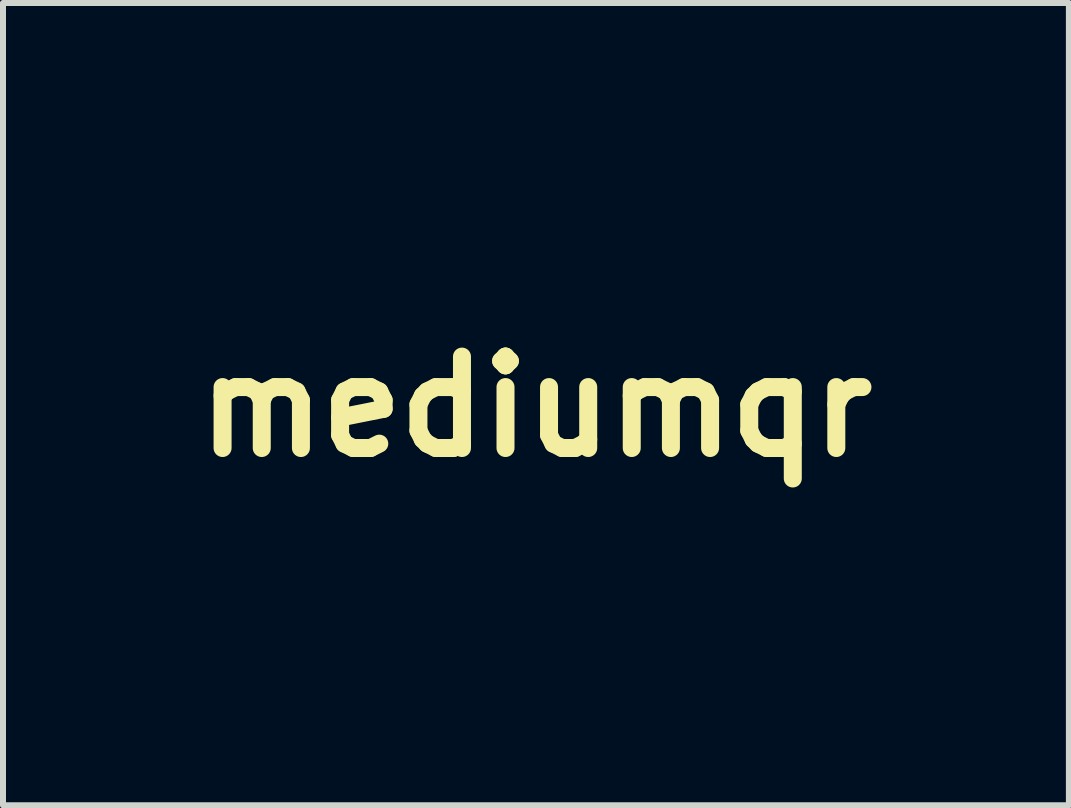
<source format=kicad_pcb>
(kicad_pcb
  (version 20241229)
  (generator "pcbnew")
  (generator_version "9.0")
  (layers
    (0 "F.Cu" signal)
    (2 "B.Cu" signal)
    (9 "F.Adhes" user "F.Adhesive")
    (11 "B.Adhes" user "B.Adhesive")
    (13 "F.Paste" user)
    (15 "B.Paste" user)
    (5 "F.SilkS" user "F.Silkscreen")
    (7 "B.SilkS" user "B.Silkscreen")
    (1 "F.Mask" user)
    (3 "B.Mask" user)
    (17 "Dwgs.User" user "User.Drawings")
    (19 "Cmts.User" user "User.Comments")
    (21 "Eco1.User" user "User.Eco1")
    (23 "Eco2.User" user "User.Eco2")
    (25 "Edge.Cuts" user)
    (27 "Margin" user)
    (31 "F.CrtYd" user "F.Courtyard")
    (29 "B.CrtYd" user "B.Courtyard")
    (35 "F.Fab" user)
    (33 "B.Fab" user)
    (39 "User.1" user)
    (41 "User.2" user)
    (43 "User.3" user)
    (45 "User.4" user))
  (footprint "mediumqr"
    (layer "F.Cu")
    (at 5.886 3.73)
    (property "Reference" "mediumqr" (at 0 0 0) (layer "F.SilkS") (effects (font (size 1.524 1.524) (thickness 0.3))))
    (attr through_hole)
    (fp_poly (pts (xy -2.455 -2.455) (xy -3.217 -2.455) (xy -3.217 -3.217) (xy -2.455 -3.217) (xy -2.455 -2.455)) (stroke (width 0.01) (type solid)) (fill no) (layer "Eco2.User"))
    (fp_poly (pts (xy -2.455 3.133) (xy -3.217 3.133) (xy -3.217 2.371) (xy -2.455 2.371) (xy -2.455 3.133)) (stroke (width 0.01) (type solid)) (fill no) (layer "Eco2.User"))
    (fp_poly (pts (xy 3.133 -2.455) (xy 2.371 -2.455) (xy 2.371 -3.217) (xy 3.133 -3.217) (xy 3.133 -2.455)) (stroke (width 0.01) (type solid)) (fill no) (layer "Eco2.User"))
    (fp_poly (pts (xy -1.962 1.422) (xy -1.947 1.482) (xy -2.015 1.594) (xy -2.074 1.609) (xy -2.187 1.541) (xy -2.201 1.482) (xy -2.134 1.369) (xy -2.074 1.355) (xy -1.962 1.422)) (stroke (width 0.01) (type solid)) (fill no) (layer "Eco2.User"))
    (fp_poly (pts (xy 0.324 -3.15) (xy 0.339 -3.09) (xy 0.271 -2.978) (xy 0.212 -2.963) (xy 0.099 -3.031) (xy 0.085 -3.09) (xy 0.152 -3.203) (xy 0.212 -3.217) (xy 0.324 -3.15)) (stroke (width 0.01) (type solid)) (fill no) (layer "Eco2.User"))
    (fp_poly (pts (xy 2.102 1.93) (xy 2.117 1.99) (xy 2.049 2.102) (xy 1.99 2.117) (xy 1.877 2.049) (xy 1.863 1.99) (xy 1.93 1.877) (xy 1.99 1.863) (xy 2.102 1.93)) (stroke (width 0.01) (type solid)) (fill no) (layer "Eco2.User"))
    (fp_poly (pts (xy -1.947 -1.947) (xy -3.725 -1.947) (xy -3.725 -3.471) (xy -3.471 -3.471) (xy -3.471 -2.201) (xy -2.201 -2.201) (xy -2.201 -3.471) (xy -3.471 -3.471) (xy -3.725 -3.471) (xy -3.725 -3.725) (xy -1.947 -3.725) (xy -1.947 -1.947)) (stroke (width 0.01) (type solid)) (fill no) (layer "Eco2.User"))
    (fp_poly (pts (xy -1.947 3.641) (xy -3.725 3.641) (xy -3.725 2.117) (xy -3.471 2.117) (xy -3.471 3.387) (xy -2.201 3.387) (xy -2.201 2.117) (xy -3.471 2.117) (xy -3.725 2.117) (xy -3.725 1.863) (xy -1.947 1.863) (xy -1.947 3.641)) (stroke (width 0.01) (type solid)) (fill no) (layer "Eco2.User"))
    (fp_poly (pts (xy 3.641 -1.947) (xy 1.863 -1.947) (xy 1.863 -3.471) (xy 2.117 -3.471) (xy 2.117 -2.201) (xy 3.387 -2.201) (xy 3.387 -3.471) (xy 2.117 -3.471) (xy 1.863 -3.471) (xy 1.863 -3.725) (xy 3.641 -3.725) (xy 3.641 -1.947)) (stroke (width 0.01) (type solid)) (fill no) (layer "Eco2.User"))
    (fp_poly (pts (xy -1.483 2.929) (xy -1.444 3.098) (xy -1.439 3.26) (xy -1.456 3.511) (xy -1.512 3.625) (xy -1.566 3.641) (xy -1.65 3.591) (xy -1.688 3.421) (xy -1.693 3.26) (xy -1.677 3.009) (xy -1.62 2.894) (xy -1.566 2.879) (xy -1.483 2.929)) (stroke (width 0.01) (type solid)) (fill no) (layer "Eco2.User"))
    (fp_poly (pts (xy 0.07 -3.658) (xy 0.085 -3.598) (xy 0.017 -3.486) (xy -0.042 -3.471) (xy -0.155 -3.404) (xy -0.169 -3.344) (xy -0.237 -3.232) (xy -0.296 -3.217) (xy -0.409 -3.285) (xy -0.423 -3.344) (xy -0.356 -3.457) (xy -0.296 -3.471) (xy -0.184 -3.539) (xy -0.169 -3.598) (xy -0.102 -3.711) (xy -0.042 -3.725) (xy 0.07 -3.658)) (stroke (width 0.01) (type solid)) (fill no) (layer "Eco2.User"))
    (fp_poly (pts (xy -1.962 -0.61) (xy -1.947 -0.55) (xy -1.88 -0.438) (xy -1.82 -0.423) (xy -1.708 -0.356) (xy -1.693 -0.296) (xy -1.761 -0.184) (xy -1.82 -0.169) (xy -1.933 -0.102) (xy -1.947 -0.042) (xy -2.015 0.07) (xy -2.074 0.085) (xy -2.187 0.017) (xy -2.201 -0.042) (xy -2.134 -0.155) (xy -2.074 -0.169) (xy -1.962 -0.237) (xy -1.947 -0.296) (xy -2.015 -0.409) (xy -2.074 -0.423) (xy -2.187 -0.491) (xy -2.201 -0.55) (xy -2.134 -0.663) (xy -2.074 -0.677) (xy -1.962 -0.61)) (stroke (width 0.01) (type solid)) (fill no) (layer "Eco2.User"))
    (fp_poly (pts (xy -0.704 1.43) (xy -0.677 1.609) (xy -0.715 1.81) (xy -0.804 1.863) (xy -0.917 1.93) (xy -0.931 1.99) (xy -0.864 2.102) (xy -0.804 2.117) (xy -0.692 2.184) (xy -0.677 2.244) (xy -0.61 2.356) (xy -0.55 2.371) (xy -0.438 2.438) (xy -0.423 2.498) (xy -0.356 2.61) (xy -0.296 2.625) (xy -0.184 2.692) (xy -0.169 2.752) (xy -0.237 2.864) (xy -0.296 2.879) (xy -0.409 2.946) (xy -0.423 3.006) (xy -0.356 3.118) (xy -0.296 3.133) (xy -0.184 3.065) (xy -0.169 3.006) (xy -0.102 2.893) (xy -0.042 2.879) (xy 0.07 2.946) (xy 0.085 3.006) (xy 0.152 3.118) (xy 0.212 3.133) (xy 0.324 3.2) (xy 0.339 3.26) (xy 0.271 3.372) (xy 0.212 3.387) (xy 0.099 3.454) (xy 0.085 3.514) (xy 0.017 3.626) (xy -0.042 3.641) (xy -0.155 3.573) (xy -0.169 3.514) (xy -0.245 3.413) (xy -0.423 3.387) (xy -0.625 3.425) (xy -0.677 3.514) (xy -0.745 3.626) (xy -0.804 3.641) (xy -0.917 3.573) (xy -0.931 3.514) (xy -0.999 3.401) (xy -1.058 3.387) (xy -1.159 3.311) (xy -1.167 3.26) (xy -0.931 3.26) (xy -0.864 3.372) (xy -0.804 3.387) (xy -0.692 3.319) (xy -0.677 3.26) (xy -0.745 3.147) (xy -0.804 3.133) (xy -0.917 3.2) (xy -0.931 3.26) (xy -1.167 3.26) (xy -1.185 3.133) (xy -1.147 2.931) (xy -1.058 2.879) (xy -0.946 2.811) (xy -0.931 2.752) (xy -0.864 2.639) (xy -0.804 2.625) (xy -0.692 2.557) (xy -0.677 2.498) (xy -0.753 2.397) (xy -0.931 2.371) (xy -1.133 2.409) (xy -1.185 2.498) (xy -1.261 2.598) (xy -1.439 2.625) (xy -1.693 2.625) (xy -1.693 2.117) (xy -1.684 1.822) (xy -1.649 1.663) (xy -1.582 1.61) (xy -1.566 1.609) (xy -1.466 1.684) (xy -1.439 1.863) (xy -1.401 2.064) (xy -1.312 2.117) (xy -1.2 2.049) (xy -1.185 1.99) (xy -1.118 1.877) (xy -1.058 1.863) (xy -0.958 1.787) (xy -0.931 1.609) (xy -0.893 1.407) (xy -0.804 1.355) (xy -0.704 1.43)) (stroke (width 0.01) (type solid)) (fill no) (layer "Eco2.User"))
    (fp_poly (pts (xy 3.118 -1.626) (xy 3.133 -1.566) (xy 3.065 -1.454) (xy 3.006 -1.439) (xy 2.893 -1.372) (xy 2.879 -1.312) (xy 2.954 -1.212) (xy 3.133 -1.185) (xy 3.334 -1.223) (xy 3.387 -1.312) (xy 3.454 -1.425) (xy 3.514 -1.439) (xy 3.614 -1.364) (xy 3.641 -1.185) (xy 3.603 -0.984) (xy 3.514 -0.931) (xy 3.401 -0.864) (xy 3.387 -0.804) (xy 3.454 -0.692) (xy 3.514 -0.677) (xy 3.597 -0.627) (xy 3.636 -0.458) (xy 3.641 -0.296) (xy 3.624 -0.045) (xy 3.568 0.069) (xy 3.514 0.085) (xy 3.401 0.152) (xy 3.387 0.212) (xy 3.454 0.324) (xy 3.514 0.339) (xy 3.597 0.389) (xy 3.636 0.558) (xy 3.641 0.72) (xy 3.624 0.971) (xy 3.568 1.085) (xy 3.514 1.101) (xy 3.401 1.168) (xy 3.387 1.228) (xy 3.319 1.34) (xy 3.26 1.355) (xy 3.159 1.279) (xy 3.133 1.101) (xy 3.171 0.899) (xy 3.26 0.847) (xy 3.372 0.779) (xy 3.387 0.72) (xy 3.319 0.607) (xy 3.26 0.593) (xy 3.176 0.543) (xy 3.138 0.373) (xy 3.133 0.212) (xy 3.149 -0.039) (xy 3.206 -0.154) (xy 3.26 -0.169) (xy 3.372 -0.237) (xy 3.387 -0.296) (xy 3.319 -0.409) (xy 3.26 -0.423) (xy 3.159 -0.499) (xy 3.133 -0.677) (xy 3.095 -0.879) (xy 3.006 -0.931) (xy 2.893 -0.999) (xy 2.879 -1.058) (xy 2.811 -1.171) (xy 2.752 -1.185) (xy 2.651 -1.11) (xy 2.625 -0.931) (xy 2.663 -0.73) (xy 2.752 -0.677) (xy 2.819 -0.644) (xy 2.858 -0.524) (xy 2.876 -0.286) (xy 2.879 -0.042) (xy 2.885 0.293) (xy 2.909 0.489) (xy 2.957 0.578) (xy 3.006 0.593) (xy 3.118 0.66) (xy 3.133 0.72) (xy 3.057 0.82) (xy 2.879 0.847) (xy 2.722 0.836) (xy 2.649 0.772) (xy 2.626 0.609) (xy 2.625 0.466) (xy 2.608 0.215) (xy 2.552 0.1) (xy 2.498 0.085) (xy 2.385 0.017) (xy 2.371 -0.042) (xy 2.438 -0.155) (xy 2.498 -0.169) (xy 2.598 -0.245) (xy 2.625 -0.423) (xy 2.604 -0.603) (xy 2.505 -0.67) (xy 2.371 -0.677) (xy 2.169 -0.715) (xy 2.117 -0.804) (xy 2.184 -0.917) (xy 2.244 -0.931) (xy 2.356 -0.999) (xy 2.371 -1.058) (xy 2.438 -1.171) (xy 2.498 -1.185) (xy 2.61 -1.253) (xy 2.625 -1.312) (xy 2.692 -1.425) (xy 2.752 -1.439) (xy 2.864 -1.507) (xy 2.879 -1.566) (xy 2.946 -1.679) (xy 3.006 -1.693) (xy 3.118 -1.626)) (stroke (width 0.01) (type solid)) (fill no) (layer "Eco2.User"))
    (fp_poly (pts (xy 1.225 -3.709) (xy 1.339 -3.652) (xy 1.355 -3.598) (xy 1.422 -3.486) (xy 1.482 -3.471) (xy 1.582 -3.396) (xy 1.609 -3.217) (xy 1.571 -3.016) (xy 1.482 -2.963) (xy 1.369 -3.031) (xy 1.355 -3.09) (xy 1.287 -3.203) (xy 1.228 -3.217) (xy 1.127 -3.142) (xy 1.101 -2.963) (xy 1.139 -2.762) (xy 1.228 -2.709) (xy 1.328 -2.634) (xy 1.355 -2.455) (xy 1.393 -2.254) (xy 1.482 -2.201) (xy 1.594 -2.134) (xy 1.609 -2.074) (xy 1.541 -1.962) (xy 1.482 -1.947) (xy 1.369 -2.015) (xy 1.355 -2.074) (xy 1.287 -2.187) (xy 1.228 -2.201) (xy 1.127 -2.126) (xy 1.101 -1.947) (xy 1.139 -1.746) (xy 1.228 -1.693) (xy 1.34 -1.626) (xy 1.355 -1.566) (xy 1.422 -1.454) (xy 1.482 -1.439) (xy 1.594 -1.372) (xy 1.609 -1.312) (xy 1.676 -1.2) (xy 1.736 -1.185) (xy 1.848 -1.253) (xy 1.863 -1.312) (xy 1.795 -1.425) (xy 1.736 -1.439) (xy 1.623 -1.507) (xy 1.609 -1.566) (xy 1.684 -1.667) (xy 1.863 -1.693) (xy 2.019 -1.682) (xy 2.093 -1.619) (xy 2.115 -1.456) (xy 2.117 -1.312) (xy 2.109 -1.078) (xy 2.067 -0.967) (xy 1.958 -0.933) (xy 1.863 -0.931) (xy 1.661 -0.893) (xy 1.609 -0.804) (xy 1.533 -0.704) (xy 1.355 -0.677) (xy 1.153 -0.639) (xy 1.101 -0.55) (xy 1.025 -0.45) (xy 0.847 -0.423) (xy 0.645 -0.385) (xy 0.593 -0.296) (xy 0.525 -0.184) (xy 0.466 -0.169) (xy 0.365 -0.245) (xy 0.339 -0.423) (xy 0.301 -0.625) (xy 0.212 -0.677) (xy 0.111 -0.602) (xy 0.085 -0.423) (xy 0.047 -0.222) (xy -0.042 -0.169) (xy -0.155 -0.102) (xy -0.169 -0.042) (xy -0.237 0.07) (xy -0.296 0.085) (xy -0.409 0.017) (xy -0.423 -0.042) (xy -0.356 -0.155) (xy -0.296 -0.169) (xy -0.196 -0.245) (xy -0.169 -0.423) (xy -0.19 -0.603) (xy -0.289 -0.67) (xy -0.423 -0.677) (xy -0.625 -0.715) (xy -0.677 -0.804) (xy -0.745 -0.917) (xy -0.804 -0.931) (xy -0.917 -0.864) (xy -0.931 -0.804) (xy -0.864 -0.692) (xy -0.804 -0.677) (xy -0.704 -0.602) (xy -0.677 -0.423) (xy -0.688 -0.267) (xy -0.752 -0.193) (xy -0.915 -0.171) (xy -1.058 -0.169) (xy -1.293 -0.162) (xy -1.404 -0.119) (xy -1.437 -0.011) (xy -1.439 0.085) (xy -1.477 0.286) (xy -1.566 0.339) (xy -1.679 0.406) (xy -1.693 0.466) (xy -1.769 0.566) (xy -1.947 0.593) (xy -2.149 0.555) (xy -2.201 0.466) (xy -2.277 0.365) (xy -2.455 0.339) (xy -2.657 0.377) (xy -2.709 0.466) (xy -2.634 0.566) (xy -2.455 0.593) (xy -2.254 0.631) (xy -2.201 0.72) (xy -2.151 0.803) (xy -1.982 0.842) (xy -1.82 0.847) (xy -1.569 0.863) (xy -1.455 0.92) (xy -1.439 0.974) (xy -1.372 1.086) (xy -1.312 1.101) (xy -1.2 1.033) (xy -1.185 0.974) (xy -1.253 0.861) (xy -1.312 0.847) (xy -1.425 0.779) (xy -1.439 0.72) (xy -1.372 0.607) (xy -1.312 0.593) (xy -1.212 0.517) (xy -1.185 0.339) (xy -1.164 0.159) (xy -1.065 0.092) (xy -0.931 0.085) (xy -0.73 0.123) (xy -0.677 0.212) (xy -0.745 0.324) (xy -0.804 0.339) (xy -0.917 0.406) (xy -0.931 0.466) (xy -0.864 0.578) (xy -0.804 0.593) (xy -0.692 0.525) (xy -0.677 0.466) (xy -0.61 0.353) (xy -0.55 0.339) (xy -0.438 0.406) (xy -0.423 0.466) (xy -0.356 0.578) (xy -0.296 0.593) (xy -0.184 0.66) (xy -0.169 0.72) (xy -0.237 0.832) (xy -0.296 0.847) (xy -0.409 0.914) (xy -0.423 0.974) (xy -0.356 1.086) (xy -0.296 1.101) (xy -0.184 1.033) (xy -0.169 0.974) (xy -0.102 0.861) (xy -0.042 0.847) (xy 0.07 0.914) (xy 0.085 0.974) (xy 0.152 1.086) (xy 0.212 1.101) (xy 0.324 1.168) (xy 0.339 1.228) (xy 0.406 1.34) (xy 0.466 1.355) (xy 0.578 1.287) (xy 0.593 1.228) (xy 0.66 1.115) (xy 0.72 1.101) (xy 0.82 1.176) (xy 0.847 1.355) (xy 0.885 1.556) (xy 0.974 1.609) (xy 1.609 1.609) (xy 1.609 2.371) (xy 2.371 2.371) (xy 2.371 1.609) (xy 1.609 1.609) (xy 0.974 1.609) (xy 1.074 1.533) (xy 1.101 1.355) (xy 1.122 1.175) (xy 1.221 1.108) (xy 1.355 1.101) (xy 1.535 1.08) (xy 1.601 0.981) (xy 1.609 0.847) (xy 1.647 0.645) (xy 1.736 0.593) (xy 1.848 0.525) (xy 1.863 0.466) (xy 1.795 0.353) (xy 1.736 0.339) (xy 1.623 0.406) (xy 1.609 0.466) (xy 1.533 0.566) (xy 1.355 0.593) (xy 1.175 0.614) (xy 1.108 0.713) (xy 1.101 0.847) (xy 1.063 1.048) (xy 0.974 1.101) (xy 0.861 1.033) (xy 0.847 0.974) (xy 0.771 0.873) (xy 0.593 0.847) (xy 0.391 0.809) (xy 0.339 0.72) (xy 0.271 0.607) (xy 0.212 0.593) (xy 0.111 0.517) (xy 0.103 0.466) (xy 0.593 0.466) (xy 0.668 0.566) (xy 0.847 0.593) (xy 1.048 0.555) (xy 1.101 0.466) (xy 1.025 0.365) (xy 0.847 0.339) (xy 0.645 0.377) (xy 0.593 0.466) (xy 0.103 0.466) (xy 0.085 0.339) (xy 0.106 0.159) (xy 0.205 0.092) (xy 0.339 0.085) (xy 0.54 0.047) (xy 0.593 -0.042) (xy 0.66 -0.155) (xy 0.72 -0.169) (xy 0.832 -0.102) (xy 0.847 -0.042) (xy 0.914 0.07) (xy 0.974 0.085) (xy 1.086 0.152) (xy 1.101 0.212) (xy 1.168 0.324) (xy 1.228 0.339) (xy 1.34 0.271) (xy 1.355 0.212) (xy 1.43 0.111) (xy 1.609 0.085) (xy 1.81 0.047) (xy 1.863 -0.042) (xy 1.787 -0.143) (xy 1.609 -0.169) (xy 1.407 -0.207) (xy 1.355 -0.296) (xy 1.422 -0.409) (xy 1.482 -0.423) (xy 1.594 -0.491) (xy 1.609 -0.55) (xy 1.684 -0.651) (xy 1.863 -0.677) (xy 2.117 -0.677) (xy 2.117 -0.169) (xy 2.126 0.126) (xy 2.161 0.284) (xy 2.228 0.338) (xy 2.244 0.339) (xy 2.356 0.406) (xy 2.371 0.466) (xy 2.303 0.578) (xy 2.244 0.593) (xy 2.131 0.66) (xy 2.117 0.72) (xy 2.049 0.832) (xy 1.99 0.847) (xy 1.877 0.914) (xy 1.863 0.974) (xy 1.93 1.086) (xy 1.99 1.101) (xy 2.102 1.033) (xy 2.117 0.974) (xy 2.192 0.873) (xy 2.371 0.847) (xy 2.572 0.885) (xy 2.625 0.974) (xy 2.692 1.086) (xy 2.752 1.101) (xy 2.864 1.168) (xy 2.879 1.228) (xy 2.811 1.34) (xy 2.752 1.355) (xy 2.651 1.43) (xy 2.625 1.609) (xy 2.663 1.81) (xy 2.752 1.863) (xy 2.852 1.938) (xy 2.879 2.117) (xy 2.841 2.318) (xy 2.752 2.371) (xy 2.651 2.446) (xy 2.625 2.625) (xy 2.663 2.826) (xy 2.752 2.879) (xy 2.864 2.811) (xy 2.879 2.752) (xy 2.954 2.651) (xy 3.133 2.625) (xy 3.313 2.604) (xy 3.379 2.505) (xy 3.387 2.371) (xy 3.349 2.169) (xy 3.26 2.117) (xy 3.147 2.049) (xy 3.133 1.99) (xy 3.065 1.877) (xy 3.006 1.863) (xy 2.893 1.795) (xy 2.879 1.736) (xy 2.929 1.652) (xy 3.098 1.614) (xy 3.26 1.609) (xy 3.641 1.609) (xy 3.641 2.371) (xy 3.636 2.742) (xy 3.618 2.974) (xy 3.582 3.094) (xy 3.523 3.132) (xy 3.514 3.133) (xy 3.401 3.2) (xy 3.387 3.26) (xy 3.454 3.372) (xy 3.514 3.387) (xy 3.626 3.454) (xy 3.641 3.514) (xy 3.565 3.614) (xy 3.387 3.641) (xy 3.207 3.62) (xy 3.14 3.521) (xy 3.133 3.387) (xy 3.171 3.185) (xy 3.26 3.133) (xy 3.372 3.065) (xy 3.387 3.006) (xy 3.311 2.905) (xy 3.133 2.879) (xy 2.931 2.917) (xy 2.879 3.006) (xy 2.811 3.118) (xy 2.752 3.133) (xy 2.651 3.208) (xy 2.625 3.387) (xy 2.604 3.567) (xy 2.505 3.633) (xy 2.371 3.641) (xy 2.169 3.603) (xy 2.117 3.514) (xy 2.184 3.401) (xy 2.244 3.387) (xy 2.356 3.319) (xy 2.371 3.26) (xy 2.303 3.147) (xy 2.244 3.133) (xy 2.143 3.057) (xy 2.117 2.879) (xy 2.096 2.699) (xy 1.997 2.632) (xy 1.863 2.625) (xy 1.661 2.663) (xy 1.609 2.752) (xy 1.541 2.864) (xy 1.482 2.879) (xy 1.369 2.946) (xy 1.355 3.006) (xy 1.43 3.106) (xy 1.609 3.133) (xy 1.789 3.154) (xy 1.855 3.253) (xy 1.863 3.387) (xy 1.852 3.543) (xy 1.788 3.617) (xy 1.625 3.639) (xy 1.482 3.641) (xy 1.231 3.624) (xy 1.116 3.568) (xy 1.101 3.514) (xy 1.033 3.401) (xy 0.974 3.387) (xy 0.861 3.454) (xy 0.847 3.514) (xy 0.779 3.626) (xy 0.72 3.641) (xy 0.619 3.565) (xy 0.593 3.387) (xy 0.555 3.185) (xy 0.466 3.133) (xy 0.353 3.065) (xy 0.339 3.006) (xy 0.271 2.893) (xy 0.212 2.879) (xy 0.099 2.811) (xy 0.085 2.752) (xy 0.16 2.651) (xy 0.339 2.625) (xy 0.54 2.587) (xy 0.593 2.498) (xy 0.517 2.397) (xy 0.339 2.371) (xy 0.137 2.333) (xy 0.085 2.244) (xy 0.152 2.131) (xy 0.212 2.117) (xy 0.312 2.041) (xy 0.32 1.99) (xy 0.593 1.99) (xy 0.668 2.09) (xy 0.847 2.117) (xy 1.048 2.155) (xy 1.101 2.244) (xy 1.033 2.356) (xy 0.974 2.371) (xy 0.861 2.438) (xy 0.847 2.498) (xy 0.779 2.61) (xy 0.72 2.625) (xy 0.619 2.7) (xy 0.593 2.879) (xy 0.614 3.059) (xy 0.713 3.125) (xy 0.847 3.133) (xy 1.048 3.095) (xy 1.101 3.006) (xy 1.168 2.893) (xy 1.228 2.879) (xy 1.311 2.829) (xy 1.35 2.659) (xy 1.355 2.498) (xy 1.338 2.247) (xy 1.282 2.132) (xy 1.228 2.117) (xy 1.115 2.049) (xy 1.101 1.99) (xy 1.025 1.889) (xy 0.847 1.863) (xy 0.645 1.901) (xy 0.593 1.99) (xy 0.32 1.99) (xy 0.339 1.863) (xy 0.301 1.661) (xy 0.212 1.609) (xy 0.099 1.676) (xy 0.085 1.736) (xy 0.017 1.848) (xy -0.042 1.863) (xy -0.155 1.93) (xy -0.169 1.99) (xy -0.237 2.102) (xy -0.296 2.117) (xy -0.409 2.049) (xy -0.423 1.99) (xy -0.356 1.877) (xy -0.296 1.863) (xy -0.196 1.787) (xy -0.169 1.609) (xy -0.19 1.429) (xy -0.289 1.362) (xy -0.423 1.355) (xy -0.625 1.317) (xy -0.677 1.228) (xy -0.745 1.115) (xy -0.804 1.101) (xy -0.917 1.168) (xy -0.931 1.228) (xy -0.981 1.311) (xy -1.151 1.35) (xy -1.312 1.355) (xy -1.563 1.338) (xy -1.678 1.282) (xy -1.693 1.228) (xy -1.743 1.144) (xy -1.913 1.106) (xy -2.074 1.101) (xy -2.325 1.084) (xy -2.44 1.028) (xy -2.455 0.974) (xy -2.523 0.861) (xy -2.582 0.847) (xy -2.695 0.914) (xy -2.709 0.974) (xy -2.642 1.086) (xy -2.582 1.101) (xy -2.47 1.168) (xy -2.455 1.228) (xy -2.531 1.328) (xy -2.709 1.355) (xy -2.911 1.317) (xy -2.963 1.228) (xy -3.031 1.115) (xy -3.09 1.101) (xy -3.203 1.168) (xy -3.217 1.228) (xy -3.285 1.34) (xy -3.344 1.355) (xy -3.457 1.422) (xy -3.471 1.482) (xy -3.539 1.594) (xy -3.598 1.609) (xy -3.711 1.541) (xy -3.725 1.482) (xy -3.658 1.369) (xy -3.598 1.355) (xy -3.486 1.287) (xy -3.471 1.228) (xy -3.539 1.115) (xy -3.598 1.101) (xy -3.711 1.033) (xy -3.725 0.974) (xy -3.658 0.861) (xy -3.598 0.847) (xy -3.486 0.779) (xy -3.471 0.72) (xy -3.539 0.607) (xy -3.598 0.593) (xy -3.711 0.525) (xy -3.725 0.466) (xy -3.658 0.353) (xy -3.598 0.339) (xy -3.486 0.406) (xy -3.471 0.466) (xy -3.404 0.578) (xy -3.344 0.593) (xy -3.232 0.66) (xy -3.217 0.72) (xy -3.285 0.832) (xy -3.344 0.847) (xy -3.457 0.914) (xy -3.471 0.974) (xy -3.404 1.086) (xy -3.344 1.101) (xy -3.232 1.033) (xy -3.217 0.974) (xy -3.15 0.861) (xy -3.09 0.847) (xy -2.978 0.779) (xy -2.963 0.72) (xy -3.031 0.607) (xy -3.09 0.593) (xy -3.191 0.517) (xy -3.217 0.339) (xy -3.179 0.137) (xy -3.09 0.085) (xy -2.978 0.017) (xy -2.963 -0.042) (xy -3.031 -0.155) (xy -3.09 -0.169) (xy -3.203 -0.237) (xy -3.217 -0.296) (xy -3.15 -0.409) (xy -3.09 -0.423) (xy -2.978 -0.491) (xy -2.963 -0.55) (xy -2.709 -0.55) (xy -2.642 -0.438) (xy -2.582 -0.423) (xy -2.482 -0.348) (xy -2.455 -0.169) (xy -2.417 0.032) (xy -2.328 0.085) (xy -2.216 0.152) (xy -2.201 0.212) (xy -2.126 0.312) (xy -1.947 0.339) (xy -1.767 0.318) (xy -1.701 0.219) (xy -1.693 0.085) (xy -1.655 -0.117) (xy -1.566 -0.169) (xy -1.454 -0.237) (xy -1.439 -0.296) (xy -1.372 -0.409) (xy -1.312 -0.423) (xy -1.2 -0.491) (xy -1.185 -0.55) (xy -1.235 -0.634) (xy -1.405 -0.672) (xy -1.566 -0.677) (xy -1.817 -0.694) (xy -1.932 -0.75) (xy -1.947 -0.804) (xy -2.023 -0.905) (xy -2.201 -0.931) (xy -2.403 -0.893) (xy -2.455 -0.804) (xy -2.523 -0.692) (xy -2.582 -0.677) (xy -2.695 -0.61) (xy -2.709 -0.55) (xy -2.963 -0.55) (xy -2.896 -0.663) (xy -2.836 -0.677) (xy -2.724 -0.745) (xy -2.709 -0.804) (xy -2.777 -0.917) (xy -2.836 -0.931) (xy -2.949 -0.999) (xy -2.963 -1.058) (xy -3.031 -1.171) (xy -3.09 -1.185) (xy -3.203 -1.118) (xy -3.217 -1.058) (xy -3.285 -0.946) (xy -3.344 -0.931) (xy -3.445 -0.856) (xy -3.471 -0.677) (xy -3.509 -0.476) (xy -3.598 -0.423) (xy -3.682 -0.473) (xy -3.72 -0.643) (xy -3.725 -0.804) (xy -3.709 -1.055) (xy -3.652 -1.17) (xy -3.598 -1.185) (xy -3.486 -1.253) (xy -3.471 -1.312) (xy -3.539 -1.425) (xy -3.598 -1.439) (xy -3.711 -1.507) (xy -3.725 -1.566) (xy -3.675 -1.65) (xy -3.506 -1.688) (xy -3.344 -1.693) (xy -3.093 -1.677) (xy -2.979 -1.62) (xy -2.963 -1.566) (xy -2.896 -1.454) (xy -2.836 -1.439) (xy -2.724 -1.372) (xy -2.709 -1.312) (xy -2.659 -1.229) (xy -2.49 -1.19) (xy -2.328 -1.185) (xy -2.077 -1.169) (xy -1.963 -1.112) (xy -1.947 -1.058) (xy -1.88 -0.946) (xy -1.82 -0.931) (xy -1.72 -1.007) (xy -1.693 -1.185) (xy -1.693 -1.439) (xy -2.201 -1.439) (xy -2.496 -1.449) (xy -2.655 -1.484) (xy -2.708 -1.551) (xy -2.709 -1.566) (xy -2.67 -1.64) (xy -2.532 -1.68) (xy -2.263 -1.693) (xy -2.201 -1.693) (xy -1.693 -1.693) (xy -1.693 -1.947) (xy -1.655 -2.149) (xy -1.566 -2.201) (xy -1.483 -2.151) (xy -1.444 -1.982) (xy -1.439 -1.82) (xy -1.423 -1.569) (xy -1.366 -1.455) (xy -1.312 -1.439) (xy -1.2 -1.372) (xy -1.185 -1.312) (xy -1.253 -1.2) (xy -1.312 -1.185) (xy -1.425 -1.118) (xy -1.439 -1.058) (xy -1.372 -0.946) (xy -1.312 -0.931) (xy -1.2 -0.999) (xy -1.185 -1.058) (xy -1.118 -1.171) (xy -1.058 -1.185) (xy -0.946 -1.253) (xy -0.931 -1.312) (xy -0.864 -1.425) (xy -0.804 -1.439) (xy -0.692 -1.507) (xy -0.677 -1.566) (xy -0.745 -1.679) (xy -0.804 -1.693) (xy -0.917 -1.761) (xy -0.931 -1.82) (xy -0.999 -1.933) (xy -1.058 -1.947) (xy -1.159 -2.023) (xy -1.167 -2.074) (xy -0.931 -2.074) (xy -0.864 -1.962) (xy -0.804 -1.947) (xy -0.692 -2.015) (xy -0.677 -2.074) (xy -0.745 -2.187) (xy -0.804 -2.201) (xy -0.917 -2.134) (xy -0.931 -2.074) (xy -1.167 -2.074) (xy -1.185 -2.201) (xy -1.223 -2.403) (xy -1.312 -2.455) (xy -1.413 -2.531) (xy -1.439 -2.709) (xy -1.477 -2.911) (xy -1.566 -2.963) (xy -1.679 -3.031) (xy -1.693 -3.09) (xy -1.626 -3.203) (xy -1.566 -3.217) (xy -1.454 -3.285) (xy -1.439 -3.344) (xy -1.372 -3.457) (xy -1.312 -3.471) (xy -1.2 -3.539) (xy -1.185 -3.598) (xy -1.118 -3.711) (xy -1.058 -3.725) (xy -0.946 -3.658) (xy -0.931 -3.598) (xy -0.999 -3.486) (xy -1.058 -3.471) (xy -1.171 -3.404) (xy -1.185 -3.344) (xy -1.253 -3.232) (xy -1.312 -3.217) (xy -1.425 -3.15) (xy -1.439 -3.09) (xy -1.372 -2.978) (xy -1.312 -2.963) (xy -1.212 -2.888) (xy -1.185 -2.709) (xy -1.164 -2.529) (xy -1.065 -2.463) (xy -0.931 -2.455) (xy -0.751 -2.476) (xy -0.685 -2.575) (xy -0.677 -2.709) (xy -0.715 -2.911) (xy -0.804 -2.963) (xy -0.917 -3.031) (xy -0.931 -3.09) (xy -0.864 -3.203) (xy -0.804 -3.217) (xy -0.692 -3.15) (xy -0.677 -3.09) (xy -0.602 -2.99) (xy -0.423 -2.963) (xy -0.243 -2.942) (xy -0.177 -2.843) (xy -0.169 -2.709) (xy -0.207 -2.508) (xy -0.296 -2.455) (xy -0.397 -2.38) (xy -0.423 -2.201) (xy -0.461 -2) (xy -0.55 -1.947) (xy -0.663 -1.88) (xy -0.677 -1.82) (xy -0.61 -1.708) (xy -0.55 -1.693) (xy -0.438 -1.626) (xy -0.423 -1.566) (xy -0.356 -1.454) (xy -0.296 -1.439) (xy -0.184 -1.372) (xy -0.169 -1.312) (xy -0.237 -1.2) (xy -0.296 -1.185) (xy -0.409 -1.118) (xy -0.423 -1.058) (xy -0.356 -0.946) (xy -0.296 -0.931) (xy -0.184 -0.999) (xy -0.169 -1.058) (xy -0.102 -1.171) (xy -0.042 -1.185) (xy 0.07 -1.118) (xy 0.085 -1.058) (xy 0.118 -0.991) (xy 0.238 -0.952) (xy 0.476 -0.934) (xy 0.72 -0.931) (xy 1.355 -0.931) (xy 1.355 -1.185) (xy 1.317 -1.387) (xy 1.228 -1.439) (xy 1.115 -1.507) (xy 1.101 -1.566) (xy 1.033 -1.679) (xy 0.974 -1.693) (xy 0.873 -1.618) (xy 0.847 -1.439) (xy 0.826 -1.259) (xy 0.727 -1.193) (xy 0.593 -1.185) (xy 0.391 -1.223) (xy 0.339 -1.312) (xy 0.406 -1.425) (xy 0.466 -1.439) (xy 0.566 -1.515) (xy 0.593 -1.693) (xy 0.555 -1.895) (xy 0.466 -1.947) (xy 0.353 -2.015) (xy 0.339 -2.074) (xy 0.271 -2.187) (xy 0.212 -2.201) (xy 0.099 -2.134) (xy 0.085 -2.074) (xy 0.017 -1.962) (xy -0.042 -1.947) (xy -0.143 -2.023) (xy -0.169 -2.201) (xy -0.155 -2.328) (xy 0.339 -2.328) (xy 0.406 -2.216) (xy 0.466 -2.201) (xy 0.578 -2.134) (xy 0.593 -2.074) (xy 0.66 -1.962) (xy 0.72 -1.947) (xy 0.832 -2.015) (xy 0.847 -2.074) (xy 0.914 -2.187) (xy 0.974 -2.201) (xy 1.086 -2.269) (xy 1.101 -2.328) (xy 1.051 -2.412) (xy 0.881 -2.45) (xy 0.72 -2.455) (xy 0.469 -2.439) (xy 0.354 -2.382) (xy 0.339 -2.328) (xy -0.155 -2.328) (xy -0.148 -2.381) (xy -0.049 -2.448) (xy 0.085 -2.455) (xy 0.286 -2.493) (xy 0.339 -2.582) (xy 0.414 -2.683) (xy 0.593 -2.709) (xy 0.749 -2.72) (xy 0.823 -2.784) (xy 0.845 -2.947) (xy 0.847 -3.09) (xy 0.83 -3.341) (xy 0.774 -3.456) (xy 0.72 -3.471) (xy 0.607 -3.539) (xy 0.593 -3.598) (xy 0.643 -3.682) (xy 0.812 -3.72) (xy 0.974 -3.725) (xy 1.225 -3.709)) (stroke (width 0.01) (type solid)) (fill no) (layer "Eco2.User")))
  (gr_rect
    (start -3 -3)
    (end 14.771 10.376)
    (stroke (width 0.1) (type default))
    (fill no)
    (layer "Edge.Cuts")))
</source>
